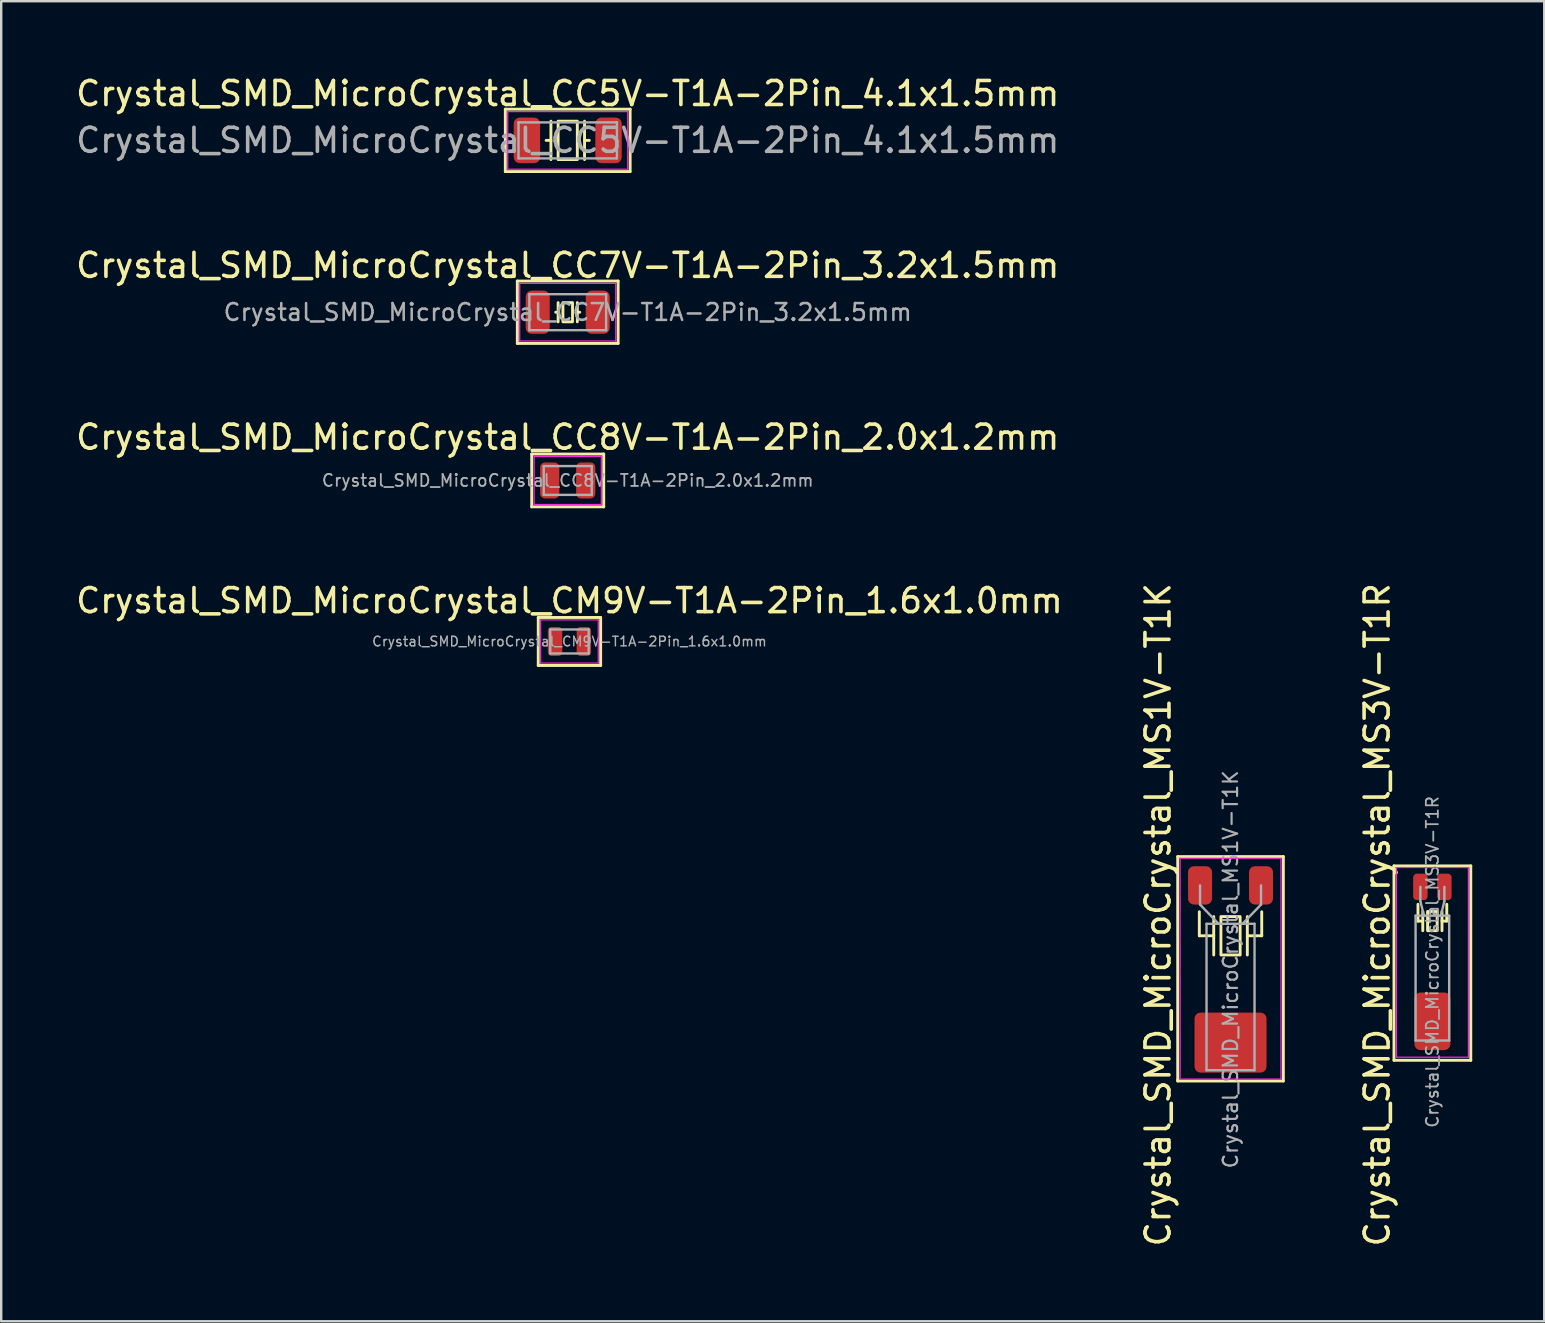
<source format=kicad_pcb>
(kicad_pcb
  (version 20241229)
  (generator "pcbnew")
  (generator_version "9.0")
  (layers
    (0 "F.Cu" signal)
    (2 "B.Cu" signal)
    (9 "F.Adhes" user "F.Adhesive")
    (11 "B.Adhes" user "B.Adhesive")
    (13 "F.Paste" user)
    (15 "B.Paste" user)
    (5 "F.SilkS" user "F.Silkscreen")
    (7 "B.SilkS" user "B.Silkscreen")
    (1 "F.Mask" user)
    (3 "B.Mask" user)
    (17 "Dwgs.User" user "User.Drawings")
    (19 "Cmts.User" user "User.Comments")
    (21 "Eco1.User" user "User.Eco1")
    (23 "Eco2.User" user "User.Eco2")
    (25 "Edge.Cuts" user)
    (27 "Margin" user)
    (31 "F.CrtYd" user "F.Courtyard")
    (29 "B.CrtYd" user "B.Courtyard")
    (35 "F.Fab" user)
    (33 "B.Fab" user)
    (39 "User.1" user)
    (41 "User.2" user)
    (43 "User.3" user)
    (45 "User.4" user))
  (footprint "Crystal_SMD_MicroCrystal_CC5V-T1A-2Pin_4.1x1.5mm"
    (layer "F.Cu")
    (at 20.601 2.798)
    (property "Reference" "Crystal_SMD_MicroCrystal_CC5V-T1A-2Pin_4.1x1.5mm" (at 0 -1.95 0) (layer "F.SilkS") (effects (font (size 1 1) (thickness 0.15))))
    (attr smd)
    (fp_line (start -2.6 -1.3) (end -2.6 1.3) (stroke (width 0.12) (type solid)) (layer "F.SilkS"))
    (fp_line (start -2.6 1.3) (end 2.6 1.3) (stroke (width 0.12) (type solid)) (layer "F.SilkS"))
    (fp_line (start -0.7 -0.8) (end -0.7 0.8) (stroke (width 0.12) (type solid)) (layer "F.SilkS"))
    (fp_line (start -0.7 0) (end -0.9 0) (stroke (width 0.12) (type solid)) (layer "F.SilkS"))
    (fp_line (start 0.7 -0.8) (end 0.7 0.8) (stroke (width 0.12) (type solid)) (layer "F.SilkS"))
    (fp_line (start 0.7 0) (end 0.9 0) (stroke (width 0.12) (type solid)) (layer "F.SilkS"))
    (fp_line (start 2.6 -1.3) (end -2.6 -1.3) (stroke (width 0.12) (type solid)) (layer "F.SilkS"))
    (fp_line (start 2.6 1.3) (end 2.6 -1.3) (stroke (width 0.12) (type solid)) (layer "F.SilkS"))
    (fp_rect (start -0.4 -0.8) (end 0.4 0.8) (stroke (width 0.12) (type solid)) (fill no) (layer "F.SilkS"))
    (fp_line (start -2.5 -1.2) (end -2.5 1.2) (stroke (width 0.05) (type solid)) (layer "F.CrtYd"))
    (fp_line (start -2.5 1.2) (end 2.5 1.2) (stroke (width 0.05) (type solid)) (layer "F.CrtYd"))
    (fp_line (start 2.5 -1.2) (end -2.5 -1.2) (stroke (width 0.05) (type solid)) (layer "F.CrtYd"))
    (fp_line (start 2.5 1.2) (end 2.5 -1.2) (stroke (width 0.05) (type solid)) (layer "F.CrtYd"))
    (fp_line (start -2.05 -0.75) (end -2.05 0.75) (stroke (width 0.1) (type solid)) (layer "F.Fab"))
    (fp_line (start -2.05 0.75) (end 2.05 0.75) (stroke (width 0.1) (type solid)) (layer "F.Fab"))
    (fp_line (start 2.05 -0.75) (end -2.05 -0.75) (stroke (width 0.1) (type solid)) (layer "F.Fab"))
    (fp_line (start 2.05 0.75) (end 2.05 -0.75) (stroke (width 0.1) (type solid)) (layer "F.Fab"))
    (fp_text user "${REFERENCE}" (at 0 0 0) (layer "F.Fab") (effects (font (size 1 1) (thickness 0.15))))
    (pad "1" smd roundrect (at -1.7 0) (size 1.1 1.9) (layers "F.Cu" "F.Mask" "F.Paste") (roundrect_rratio 0.227))
    (pad "2" smd roundrect (at 1.7 0) (size 1.1 1.9) (layers "F.Cu" "F.Mask" "F.Paste") (roundrect_rratio 0.227)))
  (footprint "Crystal_SMD_MicroCrystal_MS3V-T1R"
    (layer "F.Cu")
    (at 56.622 37.022)
    (property "Reference" "Crystal_SMD_MicroCrystal_MS3V-T1R" (at -2.3 -1.962 90) (layer "F.SilkS") (effects (font (size 1 1) (thickness 0.15))))
    (attr smd)
    (fp_line (start -1.6 -4) (end -1.6 4.1) (stroke (width 0.12) (type solid)) (layer "F.SilkS"))
    (fp_line (start -1.6 4.1) (end 1.6 4.1) (stroke (width 0.12) (type solid)) (layer "F.SilkS"))
    (fp_line (start -0.6 -1.7) (end -0.6 -2.4) (stroke (width 0.12) (type solid)) (layer "F.SilkS"))
    (fp_line (start -0.4 -2.1) (end -0.4 -1.3) (stroke (width 0.12) (type solid)) (layer "F.SilkS"))
    (fp_line (start -0.4 -1.7) (end -0.6 -1.7) (stroke (width 0.12) (type solid)) (layer "F.SilkS"))
    (fp_line (start 0.4 -2.1) (end 0.4 -1.3) (stroke (width 0.12) (type solid)) (layer "F.SilkS"))
    (fp_line (start 0.4 -1.7) (end 0.6 -1.7) (stroke (width 0.12) (type solid)) (layer "F.SilkS"))
    (fp_line (start 0.6 -1.7) (end 0.6 -2.4) (stroke (width 0.12) (type solid)) (layer "F.SilkS"))
    (fp_line (start 1.6 -4) (end -1.6 -4) (stroke (width 0.12) (type solid)) (layer "F.SilkS"))
    (fp_line (start 1.6 4.1) (end 1.6 -4) (stroke (width 0.12) (type solid)) (layer "F.SilkS"))
    (fp_rect (start -0.2 -2.1) (end 0.2 -1.3) (stroke (width 0.12) (type solid)) (fill no) (layer "F.SilkS"))
    (fp_line (start -1.5 -3.93) (end -1.5 3.97) (stroke (width 0.05) (type solid)) (layer "F.CrtYd"))
    (fp_line (start -1.5 3.97) (end 1.5 3.97) (stroke (width 0.05) (type solid)) (layer "F.CrtYd"))
    (fp_line (start 1.5 -3.93) (end -1.5 -3.93) (stroke (width 0.05) (type solid)) (layer "F.CrtYd"))
    (fp_line (start 1.5 3.97) (end 1.5 -3.93) (stroke (width 0.05) (type solid)) (layer "F.CrtYd"))
    (fp_line (start -0.7 -1.925) (end -0.7 3.275) (stroke (width 0.1) (type solid)) (layer "F.Fab"))
    (fp_line (start -0.7 3.275) (end 0.7 3.275) (stroke (width 0.1) (type solid)) (layer "F.Fab"))
    (fp_line (start -0.5 -2.525) (end -0.5 -3.125) (stroke (width 0.1) (type solid)) (layer "F.Fab"))
    (fp_line (start -0.35 -1.925) (end -0.5 -2.525) (stroke (width 0.1) (type solid)) (layer "F.Fab"))
    (fp_line (start 0.35 -1.925) (end 0.5 -2.525) (stroke (width 0.1) (type solid)) (layer "F.Fab"))
    (fp_line (start 0.5 -2.525) (end 0.5 -3.125) (stroke (width 0.1) (type solid)) (layer "F.Fab"))
    (fp_line (start 0.7 -1.925) (end -0.7 -1.925) (stroke (width 0.1) (type solid)) (layer "F.Fab"))
    (fp_line (start 0.7 3.275) (end 0.7 -1.925) (stroke (width 0.1) (type solid)) (layer "F.Fab"))
    (fp_text user "${REFERENCE}" (at 0 0 90) (layer "F.Fab") (effects (font (size 0.5 0.5) (thickness 0.075))))
    (pad "1" smd roundrect (at -0.5 -3.125) (size 0.6 1.1) (layers "F.Cu" "F.Mask" "F.Paste") (roundrect_rratio 0.25))
    (pad "2" smd roundrect (at 0.5 -3.125) (size 0.6 1.1) (layers "F.Cu" "F.Mask" "F.Paste") (roundrect_rratio 0.25))
    (pad "3" smd roundrect (at 0 2.475) (size 1.5 2.4) (layers "F.Cu" "F.Mask" "F.Paste") (roundrect_rratio 0.167)))
  (footprint "Crystal_SMD_MicroCrystal_CC7V-T1A-2Pin_3.2x1.5mm"
    (layer "F.Cu")
    (at 20.601 9.957)
    (property "Reference" "Crystal_SMD_MicroCrystal_CC7V-T1A-2Pin_3.2x1.5mm" (at 0 -1.95 0) (layer "F.SilkS") (effects (font (size 1 1) (thickness 0.15))))
    (attr smd)
    (fp_line (start -2.1 -1.3) (end -2.1 1.3) (stroke (width 0.12) (type solid)) (layer "F.SilkS"))
    (fp_line (start -2.1 1.3) (end 2.1 1.3) (stroke (width 0.12) (type solid)) (layer "F.SilkS"))
    (fp_line (start -0.4 -0.4) (end -0.4 0.4) (stroke (width 0.12) (type solid)) (layer "F.SilkS"))
    (fp_line (start -0.4 0) (end -0.5 0) (stroke (width 0.12) (type solid)) (layer "F.SilkS"))
    (fp_line (start 0.4 -0.4) (end 0.4 0.4) (stroke (width 0.12) (type solid)) (layer "F.SilkS"))
    (fp_line (start 0.4 0) (end 0.5 0) (stroke (width 0.12) (type solid)) (layer "F.SilkS"))
    (fp_line (start 2.1 -1.3) (end -2.1 -1.3) (stroke (width 0.12) (type solid)) (layer "F.SilkS"))
    (fp_line (start 2.1 1.3) (end 2.1 -1.3) (stroke (width 0.12) (type solid)) (layer "F.SilkS"))
    (fp_rect (start -0.2 -0.4) (end 0.2 0.4) (stroke (width 0.12) (type solid)) (fill no) (layer "F.SilkS"))
    (fp_line (start -2 -1.2) (end -2 1.2) (stroke (width 0.05) (type solid)) (layer "F.CrtYd"))
    (fp_line (start -2 1.2) (end 2 1.2) (stroke (width 0.05) (type solid)) (layer "F.CrtYd"))
    (fp_line (start 2 -1.2) (end -2 -1.2) (stroke (width 0.05) (type solid)) (layer "F.CrtYd"))
    (fp_line (start 2 1.2) (end 2 -1.2) (stroke (width 0.05) (type solid)) (layer "F.CrtYd"))
    (fp_line (start -1.6 -0.75) (end -1.6 0.75) (stroke (width 0.1) (type solid)) (layer "F.Fab"))
    (fp_line (start -1.6 0.75) (end 1.6 0.75) (stroke (width 0.1) (type solid)) (layer "F.Fab"))
    (fp_line (start 1.6 -0.75) (end -1.6 -0.75) (stroke (width 0.1) (type solid)) (layer "F.Fab"))
    (fp_line (start 1.6 0.75) (end 1.6 -0.75) (stroke (width 0.1) (type solid)) (layer "F.Fab"))
    (fp_text user "${REFERENCE}" (at 0 0 0) (layer "F.Fab") (effects (font (size 0.7 0.7) (thickness 0.105))))
    (pad "1" smd roundrect (at -1.25 0) (size 1 1.8) (layers "F.Cu" "F.Mask" "F.Paste") (roundrect_rratio 0.25))
    (pad "2" smd roundrect (at 1.25 0) (size 1 1.8) (layers "F.Cu" "F.Mask" "F.Paste") (roundrect_rratio 0.25)))
  (footprint "Crystal_SMD_MicroCrystal_CC8V-T1A-2Pin_2.0x1.2mm"
    (layer "F.Cu")
    (at 20.601 16.965)
    (property "Reference" "Crystal_SMD_MicroCrystal_CC8V-T1A-2Pin_2.0x1.2mm" (at 0 -1.8 0) (layer "F.SilkS") (effects (font (size 1 1) (thickness 0.15))))
    (attr smd)
    (fp_line (start -1.5 -1.1) (end -1.5 1.1) (stroke (width 0.12) (type solid)) (layer "F.SilkS"))
    (fp_line (start -1.5 1.1) (end 1.5 1.1) (stroke (width 0.12) (type solid)) (layer "F.SilkS"))
    (fp_line (start 1.5 -1.1) (end -1.5 -1.1) (stroke (width 0.12) (type solid)) (layer "F.SilkS"))
    (fp_line (start 1.5 1.1) (end 1.5 -1.1) (stroke (width 0.12) (type solid)) (layer "F.SilkS"))
    (fp_line (start -1.4 -1) (end -1.4 1) (stroke (width 0.05) (type solid)) (layer "F.CrtYd"))
    (fp_line (start -1.4 1) (end 1.4 1) (stroke (width 0.05) (type solid)) (layer "F.CrtYd"))
    (fp_line (start 1.4 -1) (end -1.4 -1) (stroke (width 0.05) (type solid)) (layer "F.CrtYd"))
    (fp_line (start 1.4 1) (end 1.4 -1) (stroke (width 0.05) (type solid)) (layer "F.CrtYd"))
    (fp_line (start -1 -0.6) (end -1 0.6) (stroke (width 0.1) (type solid)) (layer "F.Fab"))
    (fp_line (start -1 0.6) (end 1 0.6) (stroke (width 0.1) (type solid)) (layer "F.Fab"))
    (fp_line (start 1 -0.6) (end -1 -0.6) (stroke (width 0.1) (type solid)) (layer "F.Fab"))
    (fp_line (start 1 0.6) (end 1 -0.6) (stroke (width 0.1) (type solid)) (layer "F.Fab"))
    (fp_text user "${REFERENCE}" (at 0 0 0) (layer "F.Fab") (effects (font (size 0.5 0.5) (thickness 0.075))))
    (pad "1" smd roundrect (at -0.75 0) (size 0.8 1.5) (layers "F.Cu" "F.Mask" "F.Paste") (roundrect_rratio 0.25))
    (pad "2" smd roundrect (at 0.75 0) (size 0.8 1.5) (layers "F.Cu" "F.Mask" "F.Paste") (roundrect_rratio 0.25)))
  (footprint "Crystal_SMD_MicroCrystal_MS1V-T1K"
    (layer "F.Cu")
    (at 48.213 37.334)
    (property "Reference" "Crystal_SMD_MicroCrystal_MS1V-T1K" (at -3.02 -2.275 90) (layer "F.SilkS") (effects (font (size 1 1) (thickness 0.15))))
    (attr smd)
    (fp_line (start -2.2 -4.7) (end -2.2 4.6) (stroke (width 0.12) (type solid)) (layer "F.SilkS"))
    (fp_line (start -2.2 4.6) (end -2.2 4.65) (stroke (width 0.12) (type solid)) (layer "F.SilkS"))
    (fp_line (start -2.2 4.65) (end 2.2 4.65) (stroke (width 0.12) (type solid)) (layer "F.SilkS"))
    (fp_line (start -1.3 -1.4) (end -1.3 -2.4) (stroke (width 0.12) (type solid)) (layer "F.SilkS"))
    (fp_line (start -0.7 -2.2) (end -0.7 -0.6) (stroke (width 0.12) (type solid)) (layer "F.SilkS"))
    (fp_line (start -0.7 -1.4) (end -1.3 -1.4) (stroke (width 0.12) (type solid)) (layer "F.SilkS"))
    (fp_line (start 0.7 -2.2) (end 0.7 -0.6) (stroke (width 0.12) (type solid)) (layer "F.SilkS"))
    (fp_line (start 0.7 -1.4) (end 1.3 -1.4) (stroke (width 0.12) (type solid)) (layer "F.SilkS"))
    (fp_line (start 1.3 -1.4) (end 1.3 -2.4) (stroke (width 0.12) (type solid)) (layer "F.SilkS"))
    (fp_line (start 2.2 -4.7) (end -2.2 -4.7) (stroke (width 0.12) (type solid)) (layer "F.SilkS"))
    (fp_line (start 2.2 4.65) (end 2.2 -4.7) (stroke (width 0.12) (type solid)) (layer "F.SilkS"))
    (fp_rect (start -0.4 -2.2) (end 0.4 -0.6) (stroke (width 0.12) (type solid)) (fill no) (layer "F.SilkS"))
    (fp_line (start -2.1 -4.63) (end -2.1 4.57) (stroke (width 0.05) (type solid)) (layer "F.CrtYd"))
    (fp_line (start -2.1 4.57) (end 2.1 4.57) (stroke (width 0.05) (type solid)) (layer "F.CrtYd"))
    (fp_line (start 2.1 -4.63) (end -2.1 -4.63) (stroke (width 0.05) (type solid)) (layer "F.CrtYd"))
    (fp_line (start 2.1 4.57) (end 2.1 -4.63) (stroke (width 0.05) (type solid)) (layer "F.CrtYd"))
    (fp_line (start -1.27 -2.7) (end -1.27 -3.5) (stroke (width 0.1) (type solid)) (layer "F.Fab"))
    (fp_line (start -1 -1.9) (end -1 4.2) (stroke (width 0.1) (type solid)) (layer "F.Fab"))
    (fp_line (start -1 4.2) (end 1 4.2) (stroke (width 0.1) (type solid)) (layer "F.Fab"))
    (fp_line (start -0.5 -1.9) (end -1.27 -2.7) (stroke (width 0.1) (type solid)) (layer "F.Fab"))
    (fp_line (start 0.5 -1.9) (end 1.27 -2.7) (stroke (width 0.1) (type solid)) (layer "F.Fab"))
    (fp_line (start 1 -1.9) (end -1 -1.9) (stroke (width 0.1) (type solid)) (layer "F.Fab"))
    (fp_line (start 1 4.2) (end 1 -1.9) (stroke (width 0.1) (type solid)) (layer "F.Fab"))
    (fp_line (start 1.27 -2.7) (end 1.27 -3.5) (stroke (width 0.1) (type solid)) (layer "F.Fab"))
    (fp_text user "${REFERENCE}" (at 0 0 90) (layer "F.Fab") (effects (font (size 0.6 0.6) (thickness 0.09))))
    (pad "1" smd roundrect (at -1.27 -3.5) (size 1 1.6) (layers "F.Cu" "F.Mask" "F.Paste") (roundrect_rratio 0.25))
    (pad "2" smd roundrect (at 1.27 -3.5) (size 1 1.6) (layers "F.Cu" "F.Mask" "F.Paste") (roundrect_rratio 0.25))
    (pad "3" smd roundrect (at 0 3.05) (size 3 2.5) (layers "F.Cu" "F.Mask" "F.Paste") (roundrect_rratio 0.1)))
  (footprint "Crystal_SMD_MicroCrystal_CM9V-T1A-2Pin_1.6x1.0mm"
    (layer "F.Cu")
    (at 20.673 23.673)
    (property "Reference" "Crystal_SMD_MicroCrystal_CM9V-T1A-2Pin_1.6x1.0mm" (at 0 -1.7 0) (layer "F.SilkS") (effects (font (size 1 1) (thickness 0.15))))
    (attr smd)
    (fp_line (start -1.3 -1) (end -1.3 1) (stroke (width 0.12) (type solid)) (layer "F.SilkS"))
    (fp_line (start -1.3 1) (end 1.3 1) (stroke (width 0.12) (type solid)) (layer "F.SilkS"))
    (fp_line (start 1.3 -1) (end -1.3 -1) (stroke (width 0.12) (type solid)) (layer "F.SilkS"))
    (fp_line (start 1.3 1) (end 1.3 -1) (stroke (width 0.12) (type solid)) (layer "F.SilkS"))
    (fp_line (start -1.2 -0.9) (end -1.2 0.9) (stroke (width 0.05) (type solid)) (layer "F.CrtYd"))
    (fp_line (start -1.2 0.9) (end 1.2 0.9) (stroke (width 0.05) (type solid)) (layer "F.CrtYd"))
    (fp_line (start 1.2 -0.9) (end -1.2 -0.9) (stroke (width 0.05) (type solid)) (layer "F.CrtYd"))
    (fp_line (start 1.2 0.9) (end 1.2 -0.9) (stroke (width 0.05) (type solid)) (layer "F.CrtYd"))
    (fp_line (start -0.8 -0.5) (end -0.8 0.5) (stroke (width 0.1) (type solid)) (layer "F.Fab"))
    (fp_line (start -0.8 0.5) (end 0.8 0.5) (stroke (width 0.1) (type solid)) (layer "F.Fab"))
    (fp_line (start 0.8 -0.5) (end -0.8 -0.5) (stroke (width 0.1) (type solid)) (layer "F.Fab"))
    (fp_line (start 0.8 0.5) (end 0.8 -0.5) (stroke (width 0.1) (type solid)) (layer "F.Fab"))
    (fp_text user "${REFERENCE}" (at 0 0 0) (layer "F.Fab") (effects (font (size 0.4 0.4) (thickness 0.06))))
    (pad "1" smd roundrect (at -0.6 0) (size 0.6 1.2) (layers "F.Cu" "F.Mask" "F.Paste") (roundrect_rratio 0.25))
    (pad "2" smd roundrect (at 0.6 0) (size 0.6 1.2) (layers "F.Cu" "F.Mask" "F.Paste") (roundrect_rratio 0.25)))
  (gr_rect
    (start -3 -3)
    (end 61.282 51.994)
    (stroke (width 0.1) (type default))
    (fill no)
    (layer "Edge.Cuts")))
</source>
